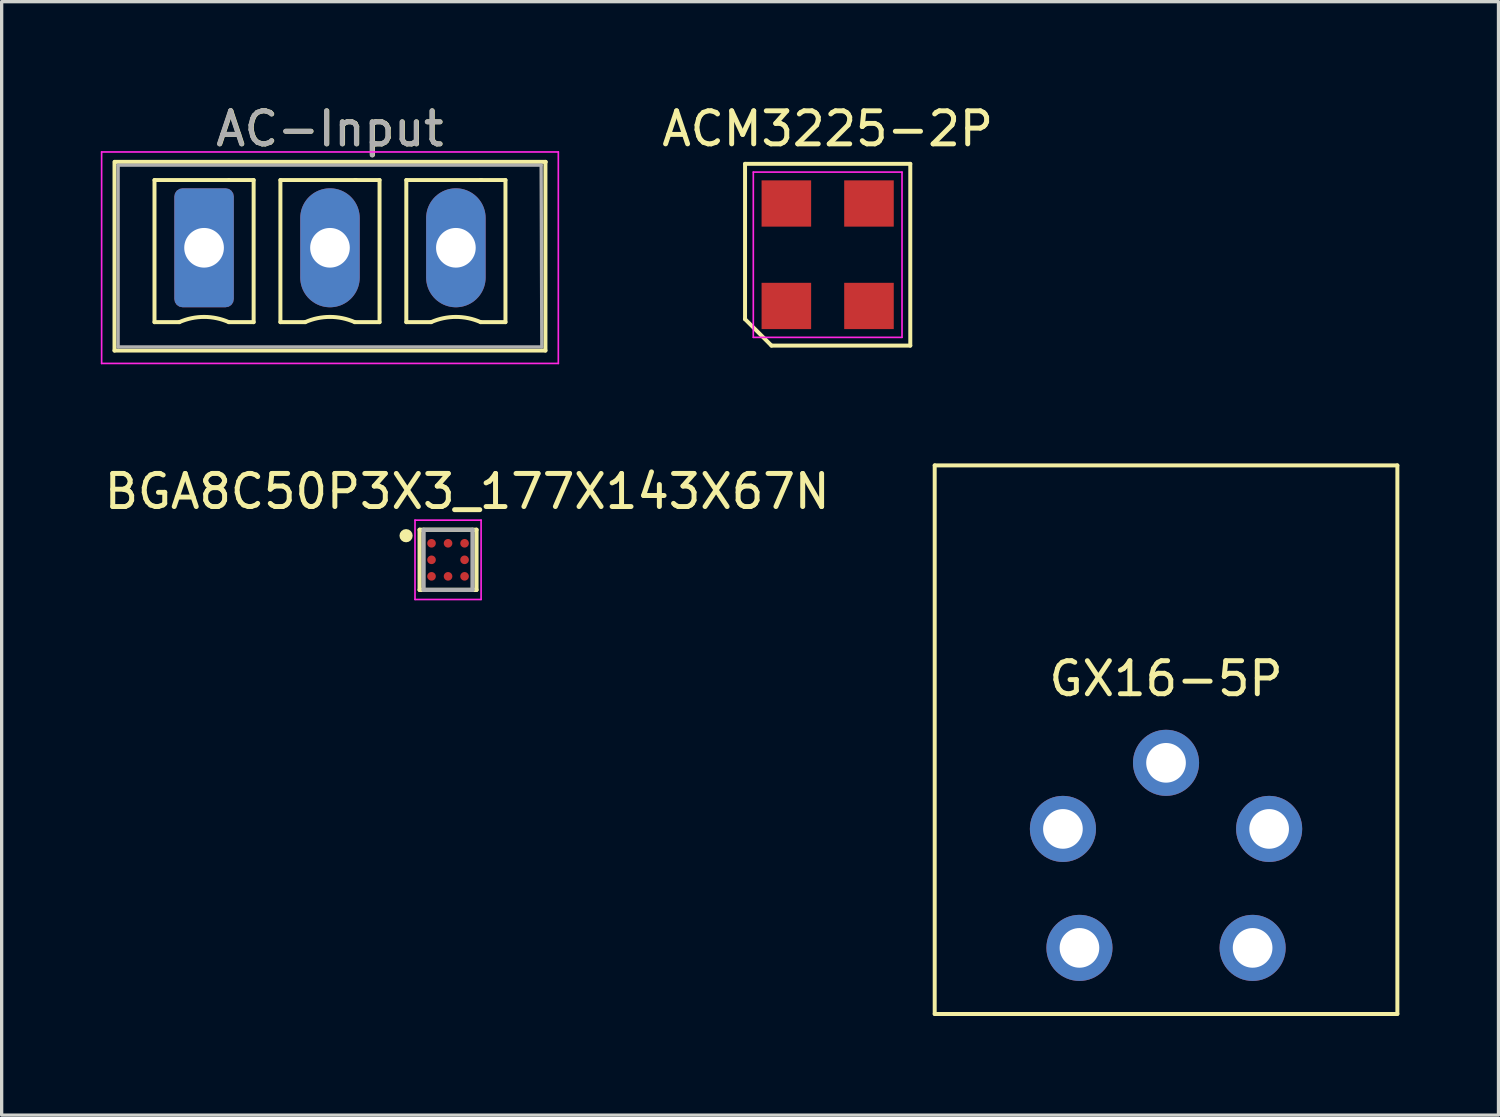
<source format=kicad_pcb>
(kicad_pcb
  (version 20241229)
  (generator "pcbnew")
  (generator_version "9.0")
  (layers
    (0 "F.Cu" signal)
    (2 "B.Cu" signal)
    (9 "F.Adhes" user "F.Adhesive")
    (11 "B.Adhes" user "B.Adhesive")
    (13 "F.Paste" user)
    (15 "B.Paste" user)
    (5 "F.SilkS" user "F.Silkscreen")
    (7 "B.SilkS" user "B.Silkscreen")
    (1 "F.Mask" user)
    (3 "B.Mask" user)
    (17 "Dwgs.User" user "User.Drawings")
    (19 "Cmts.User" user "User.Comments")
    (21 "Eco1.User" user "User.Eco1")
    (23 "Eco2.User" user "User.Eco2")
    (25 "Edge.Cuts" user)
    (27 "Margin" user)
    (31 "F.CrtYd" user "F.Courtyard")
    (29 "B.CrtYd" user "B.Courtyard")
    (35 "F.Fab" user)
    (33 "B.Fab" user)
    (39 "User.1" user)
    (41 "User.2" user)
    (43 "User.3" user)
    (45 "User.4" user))
  (footprint "GX16-5P"
    (layer "F.Cu")
    (at 32.234 22.033)
    (property "Reference" "GX16-5P" (at 0 -4.545 0) (layer "F.SilkS") (effects (font (size 1 1) (thickness 0.15))))
    (attr through_hole)
    (fp_line (start -7 -11) (end -7 5.6) (stroke (width 0.12) (type solid)) (layer "F.SilkS"))
    (fp_line (start -7 -11) (end 7 -11) (stroke (width 0.12) (type solid)) (layer "F.SilkS"))
    (fp_line (start -7 5.6) (end 7 5.6) (stroke (width 0.12) (type solid)) (layer "F.SilkS"))
    (fp_line (start 7 5.6) (end 7 -11) (stroke (width 0.12) (type solid)) (layer "F.SilkS"))
    (pad "1" thru_hole circle (at 0 -2) (size 2 2) (drill 1.2) (layers "*.Cu" "*.Mask"))
    (pad "2" thru_hole circle (at 3.12 0) (size 2 2) (drill 1.2) (layers "*.Cu" "*.Mask"))
    (pad "3" thru_hole circle (at 2.62 3.6) (size 2 2) (drill 1.2) (layers "*.Cu" "*.Mask"))
    (pad "4" thru_hole circle (at -2.62 3.6) (size 2 2) (drill 1.2) (layers "*.Cu" "*.Mask"))
    (pad "5" thru_hole circle (at -3.12 0) (size 2 2) (drill 1.2) (layers "*.Cu" "*.Mask")))
  (footprint "BGA8C50P3X3_177X143X67N"
    (layer "F.Cu")
    (at 10.508 13.89)
    (property "Reference" "BGA8C50P3X3_177X143X67N" (at 0.579 -2.068 0) (layer "F.SilkS") (effects (font (size 1.001 1.001) (thickness 0.15))))
    (attr through_hole)
    (fp_line (start -0.86 -0.91) (end 0.86 -0.91) (stroke (width 0.127) (type solid)) (layer "F.SilkS"))
    (fp_line (start -0.86 0.91) (end -0.86 -0.91) (stroke (width 0.127) (type solid)) (layer "F.SilkS"))
    (fp_line (start 0.86 -0.91) (end 0.86 0.91) (stroke (width 0.127) (type solid)) (layer "F.SilkS"))
    (fp_line (start 0.86 0.91) (end -0.86 0.91) (stroke (width 0.127) (type solid)) (layer "F.SilkS"))
    (fp_circle (center -1.27 -0.73) (end -1.17 -0.73) (stroke (width 0.2) (type solid)) (fill no) (layer "F.SilkS"))
    (fp_line (start -1 -1.2) (end 1 -1.2) (stroke (width 0.05) (type solid)) (layer "F.CrtYd"))
    (fp_line (start -1 1.2) (end -1 -1.2) (stroke (width 0.05) (type solid)) (layer "F.CrtYd"))
    (fp_line (start 1 -1.2) (end 1 1.2) (stroke (width 0.05) (type solid)) (layer "F.CrtYd"))
    (fp_line (start 1 1.2) (end -1 1.2) (stroke (width 0.05) (type solid)) (layer "F.CrtYd"))
    (fp_line (start -0.74 -0.91) (end 0.74 -0.91) (stroke (width 0.127) (type solid)) (layer "F.Fab"))
    (fp_line (start -0.74 0.91) (end -0.74 -0.91) (stroke (width 0.127) (type solid)) (layer "F.Fab"))
    (fp_line (start 0.74 -0.91) (end 0.74 0.91) (stroke (width 0.127) (type solid)) (layer "F.Fab"))
    (fp_line (start 0.74 0.91) (end -0.74 0.91) (stroke (width 0.127) (type solid)) (layer "F.Fab"))
    (pad "A1" smd circle (at -0.5 -0.5) (size 0.26 0.26) (layers "F.Cu" "F.Mask" "F.Paste"))
    (pad "A2" smd circle (at 0 -0.5) (size 0.26 0.26) (layers "F.Cu" "F.Mask" "F.Paste"))
    (pad "A3" smd circle (at 0.5 -0.5) (size 0.26 0.26) (layers "F.Cu" "F.Mask" "F.Paste"))
    (pad "B1" smd circle (at -0.5 0) (size 0.26 0.26) (layers "F.Cu" "F.Mask" "F.Paste"))
    (pad "B3" smd circle (at 0.5 0) (size 0.26 0.26) (layers "F.Cu" "F.Mask" "F.Paste"))
    (pad "C1" smd circle (at -0.5 0.5) (size 0.26 0.26) (layers "F.Cu" "F.Mask" "F.Paste"))
    (pad "C2" smd circle (at 0 0.5) (size 0.26 0.26) (layers "F.Cu" "F.Mask" "F.Paste"))
    (pad "C3" smd circle (at 0.5 0.5) (size 0.26 0.26) (layers "F.Cu" "F.Mask" "F.Paste")))
  (footprint "ACM3225-2P"
    (layer "F.Cu")
    (at 21.995 4.658)
    (property "Reference" "ACM3225-2P" (at 0 -3.81 180) (layer "F.SilkS") (effects (font (size 1 1) (thickness 0.15))))
    (attr smd)
    (fp_line (start -2.5 -2.75) (end 2.5 -2.75) (stroke (width 0.12) (type solid)) (layer "F.SilkS"))
    (fp_line (start -2.5 1.95) (end -2.5 -2.75) (stroke (width 0.12) (type solid)) (layer "F.SilkS"))
    (fp_line (start -1.7 2.75) (end -2.5 1.95) (stroke (width 0.12) (type solid)) (layer "F.SilkS"))
    (fp_line (start 2.5 -2.75) (end 2.5 2.75) (stroke (width 0.12) (type solid)) (layer "F.SilkS"))
    (fp_line (start 2.5 2.75) (end -1.7 2.75) (stroke (width 0.12) (type solid)) (layer "F.SilkS"))
    (fp_line (start -2.25 -2.5) (end 2.25 -2.5) (stroke (width 0.05) (type solid)) (layer "F.CrtYd"))
    (fp_line (start -2.25 2.5) (end -2.25 -2.5) (stroke (width 0.05) (type solid)) (layer "F.CrtYd"))
    (fp_line (start 2.25 -2.5) (end 2.25 2.5) (stroke (width 0.05) (type solid)) (layer "F.CrtYd"))
    (fp_line (start 2.25 2.5) (end -2.25 2.5) (stroke (width 0.05) (type solid)) (layer "F.CrtYd"))
    (pad "1" smd rect (at -1.25 1.55) (size 1.5 1.4) (layers "F.Cu" "F.Mask" "F.Paste"))
    (pad "2" smd rect (at 1.25 1.55) (size 1.5 1.4) (layers "F.Cu" "F.Mask" "F.Paste"))
    (pad "3" smd rect (at 1.25 -1.55) (size 1.5 1.4) (layers "F.Cu" "F.Mask" "F.Paste"))
    (pad "4" smd rect (at -1.25 -1.55) (size 1.5 1.4) (layers "F.Cu" "F.Mask" "F.Paste")))
  (footprint "AC-Input"
    (layer "F.Cu")
    (at 3.125 4.448)
    (property "Reference" "AC-Input" (at 3.81 -3.6 0) (layer "F.SilkS") (effects (font (size 1 1) (thickness 0.15))))
    (attr through_hole)
    (fp_line (start -2.71 -2.6) (end -2.71 3.11) (stroke (width 0.12) (type solid)) (layer "F.SilkS"))
    (fp_line (start -2.71 3.11) (end 10.33 3.11) (stroke (width 0.12) (type solid)) (layer "F.SilkS"))
    (fp_line (start -1.5 -2.05) (end 0.75 -2.05) (stroke (width 0.12) (type solid)) (layer "F.SilkS"))
    (fp_line (start -1.5 2.25) (end -1.5 -2.05) (stroke (width 0.12) (type solid)) (layer "F.SilkS"))
    (fp_line (start -0.75 2.25) (end -1.5 2.25) (stroke (width 0.12) (type solid)) (layer "F.SilkS"))
    (fp_line (start 0.75 -2.05) (end 1.5 -2.05) (stroke (width 0.12) (type solid)) (layer "F.SilkS"))
    (fp_line (start 1.5 -2.05) (end 1.5 2.25) (stroke (width 0.12) (type solid)) (layer "F.SilkS"))
    (fp_line (start 1.5 2.25) (end 0.75 2.25) (stroke (width 0.12) (type solid)) (layer "F.SilkS"))
    (fp_line (start 2.31 -2.05) (end 4.6 -2.05) (stroke (width 0.12) (type solid)) (layer "F.SilkS"))
    (fp_line (start 2.31 2.25) (end 2.31 -2.05) (stroke (width 0.12) (type solid)) (layer "F.SilkS"))
    (fp_line (start 3.06 2.25) (end 2.31 2.25) (stroke (width 0.12) (type solid)) (layer "F.SilkS"))
    (fp_line (start 4.56 -2.05) (end 5.31 -2.05) (stroke (width 0.12) (type solid)) (layer "F.SilkS"))
    (fp_line (start 5.31 -2.05) (end 5.31 2.25) (stroke (width 0.12) (type solid)) (layer "F.SilkS"))
    (fp_line (start 5.31 2.25) (end 4.56 2.25) (stroke (width 0.12) (type solid)) (layer "F.SilkS"))
    (fp_line (start 6.12 -2.05) (end 8.4 -2.05) (stroke (width 0.12) (type solid)) (layer "F.SilkS"))
    (fp_line (start 6.12 2.25) (end 6.12 -2.05) (stroke (width 0.12) (type solid)) (layer "F.SilkS"))
    (fp_line (start 6.87 2.25) (end 6.12 2.25) (stroke (width 0.12) (type solid)) (layer "F.SilkS"))
    (fp_line (start 8.37 -2.05) (end 9.12 -2.05) (stroke (width 0.12) (type solid)) (layer "F.SilkS"))
    (fp_line (start 9.12 -2.05) (end 9.12 2.25) (stroke (width 0.12) (type solid)) (layer "F.SilkS"))
    (fp_line (start 9.12 2.25) (end 8.37 2.25) (stroke (width 0.12) (type solid)) (layer "F.SilkS"))
    (fp_line (start 10.33 3.11) (end 10.33 -2.6) (stroke (width 0.12) (type solid)) (layer "F.SilkS"))
    (fp_line (start 10.34 -2.6) (end -2.7 -2.6) (stroke (width 0.12) (type solid)) (layer "F.SilkS"))
    (fp_arc (start -0.75 2.25) (mid -0.000193 2.09191) (end 0.749647 2.249844) (stroke (width 0.12) (type solid)) (layer "F.SilkS"))
    (fp_arc (start 3.06 2.25) (mid 3.809807 2.09191) (end 4.559647 2.249844) (stroke (width 0.12) (type solid)) (layer "F.SilkS"))
    (fp_arc (start 6.87 2.25) (mid 7.619807 2.09191) (end 8.369647 2.249844) (stroke (width 0.12) (type solid)) (layer "F.SilkS"))
    (fp_line (start -3.1 -2.9) (end -3.1 3.5) (stroke (width 0.05) (type solid)) (layer "F.CrtYd"))
    (fp_line (start -3.1 3.5) (end 10.72 3.5) (stroke (width 0.05) (type solid)) (layer "F.CrtYd"))
    (fp_line (start 10.72 -2.9) (end -3.1 -2.9) (stroke (width 0.05) (type solid)) (layer "F.CrtYd"))
    (fp_line (start 10.72 3.5) (end 10.72 -2.9) (stroke (width 0.05) (type solid)) (layer "F.CrtYd"))
    (fp_line (start -2.6 -2.5) (end -2.6 3) (stroke (width 0.1) (type solid)) (layer "F.Fab"))
    (fp_line (start -2.6 3) (end 10.22 3) (stroke (width 0.1) (type solid)) (layer "F.Fab"))
    (fp_line (start 10.2 -2.5) (end -2.6 -2.5) (stroke (width 0.1) (type solid)) (layer "F.Fab"))
    (fp_line (start 10.22 3) (end 10.2 -2.5) (stroke (width 0.1) (type solid)) (layer "F.Fab"))
    (fp_text user "${REFERENCE}" (at 3.8 -3.6 0) (layer "F.Fab") (effects (font (size 1 1) (thickness 0.15))))
    (pad "1" thru_hole roundrect (at 0 0) (size 1.8 3.6) (drill 1.2) (layers "*.Cu" "*.Mask") (roundrect_rratio 0.139))
    (pad "2" thru_hole oval (at 3.81 0) (size 1.8 3.6) (drill 1.2) (layers "*.Cu" "*.Mask"))
    (pad "3" thru_hole oval (at 7.62 0) (size 1.8 3.6) (drill 1.2) (layers "*.Cu" "*.Mask")))
  (gr_rect
    (start -3 -3)
    (end 42.294 30.693)
    (stroke (width 0.1) (type default))
    (fill no)
    (layer "Edge.Cuts")))
</source>
